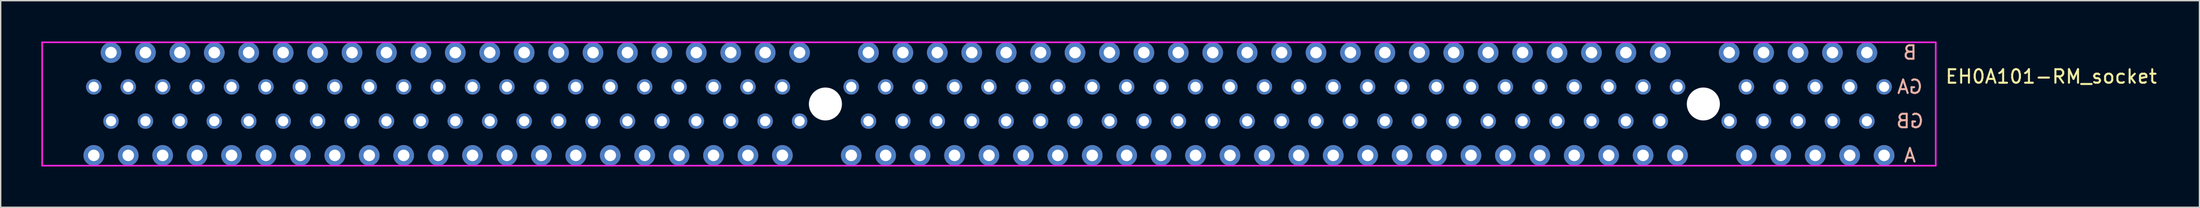
<source format=kicad_pcb>
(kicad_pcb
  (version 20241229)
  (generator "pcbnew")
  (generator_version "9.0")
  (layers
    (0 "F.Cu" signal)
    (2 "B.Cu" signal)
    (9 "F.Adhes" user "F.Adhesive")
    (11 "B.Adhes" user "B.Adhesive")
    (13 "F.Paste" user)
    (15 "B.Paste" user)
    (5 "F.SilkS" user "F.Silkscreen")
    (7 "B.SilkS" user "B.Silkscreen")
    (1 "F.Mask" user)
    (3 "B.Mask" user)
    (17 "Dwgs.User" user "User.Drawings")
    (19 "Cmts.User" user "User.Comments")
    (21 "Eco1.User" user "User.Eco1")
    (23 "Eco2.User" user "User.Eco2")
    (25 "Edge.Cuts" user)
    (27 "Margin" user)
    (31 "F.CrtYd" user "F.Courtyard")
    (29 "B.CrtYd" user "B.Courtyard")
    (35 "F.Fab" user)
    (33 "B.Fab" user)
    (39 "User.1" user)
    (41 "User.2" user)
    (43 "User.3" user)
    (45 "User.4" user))
  (footprint "EH0A101-RM_socket"
    (layer "F.Cu")
    (at 135.95 4.658)
    (property "Reference" "EH0A101-RM_socket" (at 4.445 -2.032 0) (layer "F.SilkS") (effects (font (size 1 1) (thickness 0.15)) (justify left)))
    (attr through_hole)
    (fp_line (start -135.89 -4.572) (end 3.81 -4.572) (stroke (width 0.12) (type solid)) (layer "F.CrtYd"))
    (fp_line (start -135.89 4.572) (end -135.89 -4.572) (stroke (width 0.12) (type solid)) (layer "F.CrtYd"))
    (fp_line (start 3.81 -4.572) (end 3.81 4.572) (stroke (width 0.12) (type solid)) (layer "F.CrtYd"))
    (fp_line (start 3.81 4.572) (end -135.89 4.572) (stroke (width 0.12) (type solid)) (layer "F.CrtYd"))
    (fp_text user "A" (at 1.905 3.81 0) (layer "B.SilkS") (effects (font (size 1 1) (thickness 0.15)) (justify mirror)))
    (fp_text user "GA" (at 1.905 -1.27 0) (layer "B.SilkS") (effects (font (size 1 1) (thickness 0.15)) (justify mirror)))
    (fp_text user "B" (at 1.905 -3.81 0) (layer "B.SilkS") (effects (font (size 1 1) (thickness 0.15)) (justify mirror)))
    (fp_text user "GB" (at 1.905 1.27 0) (layer "B.SilkS") (effects (font (size 1 1) (thickness 0.15)) (justify mirror)))
    (pad "" np_thru_hole circle (at -78.105 0) (size 2.44 2.44) (drill 2.44) (layers "*.Cu" "*.Mask"))
    (pad "" np_thru_hole circle (at -13.335 0) (size 2.44 2.44) (drill 2.44) (layers "*.Cu" "*.Mask"))
    (pad "A1" thru_hole circle (at 0 3.81) (size 1.524 1.524) (drill 0.85) (layers "*.Cu" "*.Mask"))
    (pad "A2" thru_hole circle (at -2.54 3.81) (size 1.524 1.524) (drill 0.85) (layers "*.Cu" "*.Mask"))
    (pad "A3" thru_hole circle (at -5.08 3.81) (size 1.524 1.524) (drill 0.85) (layers "*.Cu" "*.Mask"))
    (pad "A4" thru_hole circle (at -7.62 3.81) (size 1.524 1.524) (drill 0.85) (layers "*.Cu" "*.Mask"))
    (pad "A5" thru_hole circle (at -10.16 3.81) (size 1.524 1.524) (drill 0.85) (layers "*.Cu" "*.Mask"))
    (pad "A6" thru_hole circle (at -15.24 3.81) (size 1.524 1.524) (drill 0.85) (layers "*.Cu" "*.Mask"))
    (pad "A7" thru_hole circle (at -17.78 3.81) (size 1.524 1.524) (drill 0.85) (layers "*.Cu" "*.Mask"))
    (pad "A8" thru_hole circle (at -20.32 3.81) (size 1.524 1.524) (drill 0.85) (layers "*.Cu" "*.Mask"))
    (pad "A9" thru_hole circle (at -22.86 3.81) (size 1.524 1.524) (drill 0.85) (layers "*.Cu" "*.Mask"))
    (pad "A10" thru_hole circle (at -25.4 3.81) (size 1.524 1.524) (drill 0.85) (layers "*.Cu" "*.Mask"))
    (pad "A11" thru_hole circle (at -27.94 3.81) (size 1.524 1.524) (drill 0.85) (layers "*.Cu" "*.Mask"))
    (pad "A12" thru_hole circle (at -30.48 3.81) (size 1.524 1.524) (drill 0.85) (layers "*.Cu" "*.Mask"))
    (pad "A13" thru_hole circle (at -33.02 3.81) (size 1.524 1.524) (drill 0.85) (layers "*.Cu" "*.Mask"))
    (pad "A14" thru_hole circle (at -35.56 3.81) (size 1.524 1.524) (drill 0.85) (layers "*.Cu" "*.Mask"))
    (pad "A15" thru_hole circle (at -38.1 3.81) (size 1.524 1.524) (drill 0.85) (layers "*.Cu" "*.Mask"))
    (pad "A16" thru_hole circle (at -40.64 3.81) (size 1.524 1.524) (drill 0.85) (layers "*.Cu" "*.Mask"))
    (pad "A17" thru_hole circle (at -43.18 3.81) (size 1.524 1.524) (drill 0.85) (layers "*.Cu" "*.Mask"))
    (pad "A18" thru_hole circle (at -45.72 3.81) (size 1.524 1.524) (drill 0.85) (layers "*.Cu" "*.Mask"))
    (pad "A19" thru_hole circle (at -48.26 3.81) (size 1.524 1.524) (drill 0.85) (layers "*.Cu" "*.Mask"))
    (pad "A20" thru_hole circle (at -50.8 3.81) (size 1.524 1.524) (drill 0.85) (layers "*.Cu" "*.Mask"))
    (pad "A21" thru_hole circle (at -53.34 3.81) (size 1.524 1.524) (drill 0.85) (layers "*.Cu" "*.Mask"))
    (pad "A22" thru_hole circle (at -55.88 3.81) (size 1.524 1.524) (drill 0.85) (layers "*.Cu" "*.Mask"))
    (pad "A23" thru_hole circle (at -58.42 3.81) (size 1.524 1.524) (drill 0.85) (layers "*.Cu" "*.Mask"))
    (pad "A24" thru_hole circle (at -60.96 3.81) (size 1.524 1.524) (drill 0.85) (layers "*.Cu" "*.Mask"))
    (pad "A25" thru_hole circle (at -63.5 3.81) (size 1.524 1.524) (drill 0.85) (layers "*.Cu" "*.Mask"))
    (pad "A26" thru_hole circle (at -66.04 3.81) (size 1.524 1.524) (drill 0.85) (layers "*.Cu" "*.Mask"))
    (pad "A27" thru_hole circle (at -68.58 3.81) (size 1.524 1.524) (drill 0.85) (layers "*.Cu" "*.Mask"))
    (pad "A28" thru_hole circle (at -71.12 3.81) (size 1.524 1.524) (drill 0.85) (layers "*.Cu" "*.Mask"))
    (pad "A29" thru_hole circle (at -73.66 3.81) (size 1.524 1.524) (drill 0.85) (layers "*.Cu" "*.Mask"))
    (pad "A30" thru_hole circle (at -76.2 3.81) (size 1.524 1.524) (drill 0.85) (layers "*.Cu" "*.Mask"))
    (pad "A31" thru_hole circle (at -81.28 3.81) (size 1.524 1.524) (drill 0.85) (layers "*.Cu" "*.Mask"))
    (pad "A32" thru_hole circle (at -83.82 3.81) (size 1.524 1.524) (drill 0.85) (layers "*.Cu" "*.Mask"))
    (pad "A33" thru_hole circle (at -86.36 3.81) (size 1.524 1.524) (drill 0.85) (layers "*.Cu" "*.Mask"))
    (pad "A34" thru_hole circle (at -88.9 3.81) (size 1.524 1.524) (drill 0.85) (layers "*.Cu" "*.Mask"))
    (pad "A35" thru_hole circle (at -91.44 3.81) (size 1.524 1.524) (drill 0.85) (layers "*.Cu" "*.Mask"))
    (pad "A36" thru_hole circle (at -93.98 3.81) (size 1.524 1.524) (drill 0.85) (layers "*.Cu" "*.Mask"))
    (pad "A37" thru_hole circle (at -96.52 3.81) (size 1.524 1.524) (drill 0.85) (layers "*.Cu" "*.Mask"))
    (pad "A38" thru_hole circle (at -99.06 3.81) (size 1.524 1.524) (drill 0.85) (layers "*.Cu" "*.Mask"))
    (pad "A39" thru_hole circle (at -101.6 3.81) (size 1.524 1.524) (drill 0.85) (layers "*.Cu" "*.Mask"))
    (pad "A40" thru_hole circle (at -104.14 3.81) (size 1.524 1.524) (drill 0.85) (layers "*.Cu" "*.Mask"))
    (pad "A41" thru_hole circle (at -106.68 3.81) (size 1.524 1.524) (drill 0.85) (layers "*.Cu" "*.Mask"))
    (pad "A42" thru_hole circle (at -109.22 3.81) (size 1.524 1.524) (drill 0.85) (layers "*.Cu" "*.Mask"))
    (pad "A43" thru_hole circle (at -111.76 3.81) (size 1.524 1.524) (drill 0.85) (layers "*.Cu" "*.Mask"))
    (pad "A44" thru_hole circle (at -114.3 3.81) (size 1.524 1.524) (drill 0.85) (layers "*.Cu" "*.Mask"))
    (pad "A45" thru_hole circle (at -116.84 3.81) (size 1.524 1.524) (drill 0.85) (layers "*.Cu" "*.Mask"))
    (pad "A46" thru_hole circle (at -119.38 3.81) (size 1.524 1.524) (drill 0.85) (layers "*.Cu" "*.Mask"))
    (pad "A47" thru_hole circle (at -121.92 3.81) (size 1.524 1.524) (drill 0.85) (layers "*.Cu" "*.Mask"))
    (pad "A48" thru_hole circle (at -124.46 3.81) (size 1.524 1.524) (drill 0.85) (layers "*.Cu" "*.Mask"))
    (pad "A49" thru_hole circle (at -127 3.81) (size 1.524 1.524) (drill 0.85) (layers "*.Cu" "*.Mask"))
    (pad "A50" thru_hole circle (at -129.54 3.81) (size 1.524 1.524) (drill 0.85) (layers "*.Cu" "*.Mask"))
    (pad "A51" thru_hole circle (at -132.08 3.81) (size 1.524 1.524) (drill 0.85) (layers "*.Cu" "*.Mask"))
    (pad "B1" thru_hole circle (at -1.27 -3.81) (size 1.524 1.524) (drill 0.85) (layers "*.Cu" "*.Mask"))
    (pad "B2" thru_hole circle (at -3.81 -3.81) (size 1.524 1.524) (drill 0.85) (layers "*.Cu" "*.Mask"))
    (pad "B3" thru_hole circle (at -6.35 -3.81) (size 1.524 1.524) (drill 0.85) (layers "*.Cu" "*.Mask"))
    (pad "B4" thru_hole circle (at -8.89 -3.81) (size 1.524 1.524) (drill 0.85) (layers "*.Cu" "*.Mask"))
    (pad "B5" thru_hole circle (at -11.43 -3.81) (size 1.524 1.524) (drill 0.85) (layers "*.Cu" "*.Mask"))
    (pad "B6" thru_hole circle (at -16.51 -3.81) (size 1.524 1.524) (drill 0.85) (layers "*.Cu" "*.Mask"))
    (pad "B7" thru_hole circle (at -19.05 -3.81) (size 1.524 1.524) (drill 0.85) (layers "*.Cu" "*.Mask"))
    (pad "B8" thru_hole circle (at -21.59 -3.81) (size 1.524 1.524) (drill 0.85) (layers "*.Cu" "*.Mask"))
    (pad "B9" thru_hole circle (at -24.13 -3.81) (size 1.524 1.524) (drill 0.85) (layers "*.Cu" "*.Mask"))
    (pad "B10" thru_hole circle (at -26.67 -3.81) (size 1.524 1.524) (drill 0.85) (layers "*.Cu" "*.Mask"))
    (pad "B11" thru_hole circle (at -29.21 -3.81) (size 1.524 1.524) (drill 0.85) (layers "*.Cu" "*.Mask"))
    (pad "B12" thru_hole circle (at -31.75 -3.81) (size 1.524 1.524) (drill 0.85) (layers "*.Cu" "*.Mask"))
    (pad "B13" thru_hole circle (at -34.29 -3.81) (size 1.524 1.524) (drill 0.85) (layers "*.Cu" "*.Mask"))
    (pad "B14" thru_hole circle (at -36.83 -3.81) (size 1.524 1.524) (drill 0.85) (layers "*.Cu" "*.Mask"))
    (pad "B15" thru_hole circle (at -39.37 -3.81) (size 1.524 1.524) (drill 0.85) (layers "*.Cu" "*.Mask"))
    (pad "B16" thru_hole circle (at -41.91 -3.81) (size 1.524 1.524) (drill 0.85) (layers "*.Cu" "*.Mask"))
    (pad "B17" thru_hole circle (at -44.45 -3.81) (size 1.524 1.524) (drill 0.85) (layers "*.Cu" "*.Mask"))
    (pad "B18" thru_hole circle (at -46.99 -3.81) (size 1.524 1.524) (drill 0.85) (layers "*.Cu" "*.Mask"))
    (pad "B19" thru_hole circle (at -49.53 -3.81) (size 1.524 1.524) (drill 0.85) (layers "*.Cu" "*.Mask"))
    (pad "B20" thru_hole circle (at -52.07 -3.81) (size 1.524 1.524) (drill 0.85) (layers "*.Cu" "*.Mask"))
    (pad "B21" thru_hole circle (at -54.61 -3.81) (size 1.524 1.524) (drill 0.85) (layers "*.Cu" "*.Mask"))
    (pad "B22" thru_hole circle (at -57.15 -3.81) (size 1.524 1.524) (drill 0.85) (layers "*.Cu" "*.Mask"))
    (pad "B23" thru_hole circle (at -59.69 -3.81) (size 1.524 1.524) (drill 0.85) (layers "*.Cu" "*.Mask"))
    (pad "B24" thru_hole circle (at -62.23 -3.81) (size 1.524 1.524) (drill 0.85) (layers "*.Cu" "*.Mask"))
    (pad "B25" thru_hole circle (at -64.77 -3.81) (size 1.524 1.524) (drill 0.85) (layers "*.Cu" "*.Mask"))
    (pad "B26" thru_hole circle (at -67.31 -3.81) (size 1.524 1.524) (drill 0.85) (layers "*.Cu" "*.Mask"))
    (pad "B27" thru_hole circle (at -69.85 -3.81) (size 1.524 1.524) (drill 0.85) (layers "*.Cu" "*.Mask"))
    (pad "B28" thru_hole circle (at -72.39 -3.81) (size 1.524 1.524) (drill 0.85) (layers "*.Cu" "*.Mask"))
    (pad "B29" thru_hole circle (at -74.93 -3.81) (size 1.524 1.524) (drill 0.85) (layers "*.Cu" "*.Mask"))
    (pad "B30" thru_hole circle (at -80.01 -3.81) (size 1.524 1.524) (drill 0.85) (layers "*.Cu" "*.Mask"))
    (pad "B31" thru_hole circle (at -82.55 -3.81) (size 1.524 1.524) (drill 0.85) (layers "*.Cu" "*.Mask"))
    (pad "B32" thru_hole circle (at -85.09 -3.81) (size 1.524 1.524) (drill 0.85) (layers "*.Cu" "*.Mask"))
    (pad "B33" thru_hole circle (at -87.63 -3.81) (size 1.524 1.524) (drill 0.85) (layers "*.Cu" "*.Mask"))
    (pad "B34" thru_hole circle (at -90.17 -3.81) (size 1.524 1.524) (drill 0.85) (layers "*.Cu" "*.Mask"))
    (pad "B35" thru_hole circle (at -92.71 -3.81) (size 1.524 1.524) (drill 0.85) (layers "*.Cu" "*.Mask"))
    (pad "B36" thru_hole circle (at -95.25 -3.81) (size 1.524 1.524) (drill 0.85) (layers "*.Cu" "*.Mask"))
    (pad "B37" thru_hole circle (at -97.79 -3.81) (size 1.524 1.524) (drill 0.85) (layers "*.Cu" "*.Mask"))
    (pad "B38" thru_hole circle (at -100.33 -3.81) (size 1.524 1.524) (drill 0.85) (layers "*.Cu" "*.Mask"))
    (pad "B39" thru_hole circle (at -102.87 -3.81) (size 1.524 1.524) (drill 0.85) (layers "*.Cu" "*.Mask"))
    (pad "B40" thru_hole circle (at -105.41 -3.81) (size 1.524 1.524) (drill 0.85) (layers "*.Cu" "*.Mask"))
    (pad "B41" thru_hole circle (at -107.95 -3.81) (size 1.524 1.524) (drill 0.85) (layers "*.Cu" "*.Mask"))
    (pad "B42" thru_hole circle (at -110.49 -3.81) (size 1.524 1.524) (drill 0.85) (layers "*.Cu" "*.Mask"))
    (pad "B43" thru_hole circle (at -113.03 -3.81) (size 1.524 1.524) (drill 0.85) (layers "*.Cu" "*.Mask"))
    (pad "B44" thru_hole circle (at -115.57 -3.81) (size 1.524 1.524) (drill 0.85) (layers "*.Cu" "*.Mask"))
    (pad "B45" thru_hole circle (at -118.11 -3.81) (size 1.524 1.524) (drill 0.85) (layers "*.Cu" "*.Mask"))
    (pad "B46" thru_hole circle (at -120.65 -3.81) (size 1.524 1.524) (drill 0.85) (layers "*.Cu" "*.Mask"))
    (pad "B47" thru_hole circle (at -123.19 -3.81) (size 1.524 1.524) (drill 0.85) (layers "*.Cu" "*.Mask"))
    (pad "B48" thru_hole circle (at -125.73 -3.81) (size 1.524 1.524) (drill 0.85) (layers "*.Cu" "*.Mask"))
    (pad "B49" thru_hole circle (at -128.27 -3.81) (size 1.524 1.524) (drill 0.85) (layers "*.Cu" "*.Mask"))
    (pad "B50" thru_hole circle (at -130.81 -3.81) (size 1.524 1.524) (drill 0.85) (layers "*.Cu" "*.Mask"))
    (pad "GA1" thru_hole circle (at 0 -1.27) (size 1.143 1.143) (drill 0.75) (layers "*.Cu" "*.Mask"))
    (pad "GA2" thru_hole circle (at -2.54 -1.27) (size 1.143 1.143) (drill 0.75) (layers "*.Cu" "*.Mask"))
    (pad "GA3" thru_hole circle (at -5.08 -1.27) (size 1.143 1.143) (drill 0.75) (layers "*.Cu" "*.Mask"))
    (pad "GA4" thru_hole circle (at -7.62 -1.27) (size 1.143 1.143) (drill 0.75) (layers "*.Cu" "*.Mask"))
    (pad "GA5" thru_hole circle (at -10.16 -1.27) (size 1.143 1.143) (drill 0.75) (layers "*.Cu" "*.Mask"))
    (pad "GA6" thru_hole circle (at -15.24 -1.27) (size 1.143 1.143) (drill 0.75) (layers "*.Cu" "*.Mask"))
    (pad "GA7" thru_hole circle (at -17.78 -1.27) (size 1.143 1.143) (drill 0.75) (layers "*.Cu" "*.Mask"))
    (pad "GA8" thru_hole circle (at -20.32 -1.27) (size 1.143 1.143) (drill 0.75) (layers "*.Cu" "*.Mask"))
    (pad "GA9" thru_hole circle (at -22.86 -1.27) (size 1.143 1.143) (drill 0.75) (layers "*.Cu" "*.Mask"))
    (pad "GA10" thru_hole circle (at -25.4 -1.27) (size 1.143 1.143) (drill 0.75) (layers "*.Cu" "*.Mask"))
    (pad "GA11" thru_hole circle (at -27.94 -1.27) (size 1.143 1.143) (drill 0.75) (layers "*.Cu" "*.Mask"))
    (pad "GA12" thru_hole circle (at -30.48 -1.27) (size 1.143 1.143) (drill 0.75) (layers "*.Cu" "*.Mask"))
    (pad "GA13" thru_hole circle (at -33.02 -1.27) (size 1.143 1.143) (drill 0.75) (layers "*.Cu" "*.Mask"))
    (pad "GA14" thru_hole circle (at -35.56 -1.27) (size 1.143 1.143) (drill 0.75) (layers "*.Cu" "*.Mask"))
    (pad "GA15" thru_hole circle (at -38.1 -1.27) (size 1.143 1.143) (drill 0.75) (layers "*.Cu" "*.Mask"))
    (pad "GA16" thru_hole circle (at -40.64 -1.27) (size 1.143 1.143) (drill 0.75) (layers "*.Cu" "*.Mask"))
    (pad "GA17" thru_hole circle (at -43.18 -1.27) (size 1.143 1.143) (drill 0.75) (layers "*.Cu" "*.Mask"))
    (pad "GA18" thru_hole circle (at -45.72 -1.27) (size 1.143 1.143) (drill 0.75) (layers "*.Cu" "*.Mask"))
    (pad "GA19" thru_hole circle (at -48.26 -1.27) (size 1.143 1.143) (drill 0.75) (layers "*.Cu" "*.Mask"))
    (pad "GA20" thru_hole circle (at -50.8 -1.27) (size 1.143 1.143) (drill 0.75) (layers "*.Cu" "*.Mask"))
    (pad "GA21" thru_hole circle (at -53.34 -1.27) (size 1.143 1.143) (drill 0.75) (layers "*.Cu" "*.Mask"))
    (pad "GA22" thru_hole circle (at -55.88 -1.27) (size 1.143 1.143) (drill 0.75) (layers "*.Cu" "*.Mask"))
    (pad "GA23" thru_hole circle (at -58.42 -1.27) (size 1.143 1.143) (drill 0.75) (layers "*.Cu" "*.Mask"))
    (pad "GA24" thru_hole circle (at -60.96 -1.27) (size 1.143 1.143) (drill 0.75) (layers "*.Cu" "*.Mask"))
    (pad "GA25" thru_hole circle (at -63.5 -1.27) (size 1.143 1.143) (drill 0.75) (layers "*.Cu" "*.Mask"))
    (pad "GA26" thru_hole circle (at -66.04 -1.27) (size 1.143 1.143) (drill 0.75) (layers "*.Cu" "*.Mask"))
    (pad "GA27" thru_hole circle (at -68.58 -1.27) (size 1.143 1.143) (drill 0.75) (layers "*.Cu" "*.Mask"))
    (pad "GA28" thru_hole circle (at -71.12 -1.27) (size 1.143 1.143) (drill 0.75) (layers "*.Cu" "*.Mask"))
    (pad "GA29" thru_hole circle (at -73.66 -1.27) (size 1.143 1.143) (drill 0.75) (layers "*.Cu" "*.Mask"))
    (pad "GA30" thru_hole circle (at -76.2 -1.27) (size 1.143 1.143) (drill 0.75) (layers "*.Cu" "*.Mask"))
    (pad "GA31" thru_hole circle (at -81.28 -1.27) (size 1.143 1.143) (drill 0.75) (layers "*.Cu" "*.Mask"))
    (pad "GA32" thru_hole circle (at -83.82 -1.27) (size 1.143 1.143) (drill 0.75) (layers "*.Cu" "*.Mask"))
    (pad "GA33" thru_hole circle (at -86.36 -1.27) (size 1.143 1.143) (drill 0.75) (layers "*.Cu" "*.Mask"))
    (pad "GA34" thru_hole circle (at -88.9 -1.27) (size 1.143 1.143) (drill 0.75) (layers "*.Cu" "*.Mask"))
    (pad "GA35" thru_hole circle (at -91.44 -1.27) (size 1.143 1.143) (drill 0.75) (layers "*.Cu" "*.Mask"))
    (pad "GA36" thru_hole circle (at -93.98 -1.27) (size 1.143 1.143) (drill 0.75) (layers "*.Cu" "*.Mask"))
    (pad "GA37" thru_hole circle (at -96.52 -1.27) (size 1.143 1.143) (drill 0.75) (layers "*.Cu" "*.Mask"))
    (pad "GA38" thru_hole circle (at -99.06 -1.27) (size 1.143 1.143) (drill 0.75) (layers "*.Cu" "*.Mask"))
    (pad "GA39" thru_hole circle (at -101.6 -1.27) (size 1.143 1.143) (drill 0.75) (layers "*.Cu" "*.Mask"))
    (pad "GA40" thru_hole circle (at -104.14 -1.27) (size 1.143 1.143) (drill 0.75) (layers "*.Cu" "*.Mask"))
    (pad "GA41" thru_hole circle (at -106.68 -1.27) (size 1.143 1.143) (drill 0.75) (layers "*.Cu" "*.Mask"))
    (pad "GA42" thru_hole circle (at -109.22 -1.27) (size 1.143 1.143) (drill 0.75) (layers "*.Cu" "*.Mask"))
    (pad "GA43" thru_hole circle (at -111.76 -1.27) (size 1.143 1.143) (drill 0.75) (layers "*.Cu" "*.Mask"))
    (pad "GA44" thru_hole circle (at -114.3 -1.27) (size 1.143 1.143) (drill 0.75) (layers "*.Cu" "*.Mask"))
    (pad "GA45" thru_hole circle (at -116.84 -1.27) (size 1.143 1.143) (drill 0.75) (layers "*.Cu" "*.Mask"))
    (pad "GA46" thru_hole circle (at -119.38 -1.27) (size 1.143 1.143) (drill 0.75) (layers "*.Cu" "*.Mask"))
    (pad "GA47" thru_hole circle (at -121.92 -1.27) (size 1.143 1.143) (drill 0.75) (layers "*.Cu" "*.Mask"))
    (pad "GA48" thru_hole circle (at -124.46 -1.27) (size 1.143 1.143) (drill 0.75) (layers "*.Cu" "*.Mask"))
    (pad "GA49" thru_hole circle (at -127 -1.27) (size 1.143 1.143) (drill 0.75) (layers "*.Cu" "*.Mask"))
    (pad "GA50" thru_hole circle (at -129.54 -1.27) (size 1.143 1.143) (drill 0.75) (layers "*.Cu" "*.Mask"))
    (pad "GA51" thru_hole circle (at -132.08 -1.27) (size 1.143 1.143) (drill 0.75) (layers "*.Cu" "*.Mask"))
    (pad "GB1" thru_hole circle (at -1.27 1.27) (size 1.143 1.143) (drill 0.75) (layers "*.Cu" "*.Mask"))
    (pad "GB2" thru_hole circle (at -3.81 1.27) (size 1.143 1.143) (drill 0.75) (layers "*.Cu" "*.Mask"))
    (pad "GB3" thru_hole circle (at -6.35 1.27) (size 1.143 1.143) (drill 0.75) (layers "*.Cu" "*.Mask"))
    (pad "GB4" thru_hole circle (at -8.89 1.27) (size 1.143 1.143) (drill 0.75) (layers "*.Cu" "*.Mask"))
    (pad "GB5" thru_hole circle (at -11.43 1.27) (size 1.143 1.143) (drill 0.75) (layers "*.Cu" "*.Mask"))
    (pad "GB6" thru_hole circle (at -16.51 1.27) (size 1.143 1.143) (drill 0.75) (layers "*.Cu" "*.Mask"))
    (pad "GB7" thru_hole circle (at -19.05 1.27) (size 1.143 1.143) (drill 0.75) (layers "*.Cu" "*.Mask"))
    (pad "GB8" thru_hole circle (at -21.59 1.27) (size 1.143 1.143) (drill 0.75) (layers "*.Cu" "*.Mask"))
    (pad "GB9" thru_hole circle (at -24.13 1.27) (size 1.143 1.143) (drill 0.75) (layers "*.Cu" "*.Mask"))
    (pad "GB10" thru_hole circle (at -26.67 1.27) (size 1.143 1.143) (drill 0.75) (layers "*.Cu" "*.Mask"))
    (pad "GB11" thru_hole circle (at -29.21 1.27) (size 1.143 1.143) (drill 0.75) (layers "*.Cu" "*.Mask"))
    (pad "GB12" thru_hole circle (at -31.75 1.27) (size 1.143 1.143) (drill 0.75) (layers "*.Cu" "*.Mask"))
    (pad "GB13" thru_hole circle (at -34.29 1.27) (size 1.143 1.143) (drill 0.75) (layers "*.Cu" "*.Mask"))
    (pad "GB14" thru_hole circle (at -36.83 1.27) (size 1.143 1.143) (drill 0.75) (layers "*.Cu" "*.Mask"))
    (pad "GB15" thru_hole circle (at -39.37 1.27) (size 1.143 1.143) (drill 0.75) (layers "*.Cu" "*.Mask"))
    (pad "GB16" thru_hole circle (at -41.91 1.27) (size 1.143 1.143) (drill 0.75) (layers "*.Cu" "*.Mask"))
    (pad "GB17" thru_hole circle (at -44.45 1.27) (size 1.143 1.143) (drill 0.75) (layers "*.Cu" "*.Mask"))
    (pad "GB18" thru_hole circle (at -46.99 1.27) (size 1.143 1.143) (drill 0.75) (layers "*.Cu" "*.Mask"))
    (pad "GB19" thru_hole circle (at -49.53 1.27) (size 1.143 1.143) (drill 0.75) (layers "*.Cu" "*.Mask"))
    (pad "GB20" thru_hole circle (at -52.07 1.27) (size 1.143 1.143) (drill 0.75) (layers "*.Cu" "*.Mask"))
    (pad "GB21" thru_hole circle (at -54.61 1.27) (size 1.143 1.143) (drill 0.75) (layers "*.Cu" "*.Mask"))
    (pad "GB22" thru_hole circle (at -57.15 1.27) (size 1.143 1.143) (drill 0.75) (layers "*.Cu" "*.Mask"))
    (pad "GB23" thru_hole circle (at -59.69 1.27) (size 1.143 1.143) (drill 0.75) (layers "*.Cu" "*.Mask"))
    (pad "GB24" thru_hole circle (at -62.23 1.27) (size 1.143 1.143) (drill 0.75) (layers "*.Cu" "*.Mask"))
    (pad "GB25" thru_hole circle (at -64.77 1.27) (size 1.143 1.143) (drill 0.75) (layers "*.Cu" "*.Mask"))
    (pad "GB26" thru_hole circle (at -67.31 1.27) (size 1.143 1.143) (drill 0.75) (layers "*.Cu" "*.Mask"))
    (pad "GB27" thru_hole circle (at -69.85 1.27) (size 1.143 1.143) (drill 0.75) (layers "*.Cu" "*.Mask"))
    (pad "GB28" thru_hole circle (at -72.39 1.27) (size 1.143 1.143) (drill 0.75) (layers "*.Cu" "*.Mask"))
    (pad "GB29" thru_hole circle (at -74.93 1.27) (size 1.143 1.143) (drill 0.75) (layers "*.Cu" "*.Mask"))
    (pad "GB30" thru_hole circle (at -80.01 1.27) (size 1.143 1.143) (drill 0.75) (layers "*.Cu" "*.Mask"))
    (pad "GB31" thru_hole circle (at -82.55 1.27) (size 1.143 1.143) (drill 0.75) (layers "*.Cu" "*.Mask"))
    (pad "GB32" thru_hole circle (at -85.09 1.27) (size 1.143 1.143) (drill 0.75) (layers "*.Cu" "*.Mask"))
    (pad "GB33" thru_hole circle (at -87.63 1.27) (size 1.143 1.143) (drill 0.75) (layers "*.Cu" "*.Mask"))
    (pad "GB34" thru_hole circle (at -90.17 1.27) (size 1.143 1.143) (drill 0.75) (layers "*.Cu" "*.Mask"))
    (pad "GB35" thru_hole circle (at -92.71 1.27) (size 1.143 1.143) (drill 0.75) (layers "*.Cu" "*.Mask"))
    (pad "GB36" thru_hole circle (at -95.25 1.27) (size 1.143 1.143) (drill 0.75) (layers "*.Cu" "*.Mask"))
    (pad "GB37" thru_hole circle (at -97.79 1.27) (size 1.143 1.143) (drill 0.75) (layers "*.Cu" "*.Mask"))
    (pad "GB38" thru_hole circle (at -100.33 1.27) (size 1.143 1.143) (drill 0.75) (layers "*.Cu" "*.Mask"))
    (pad "GB39" thru_hole circle (at -102.87 1.27) (size 1.143 1.143) (drill 0.75) (layers "*.Cu" "*.Mask"))
    (pad "GB40" thru_hole circle (at -105.41 1.27) (size 1.143 1.143) (drill 0.75) (layers "*.Cu" "*.Mask"))
    (pad "GB41" thru_hole circle (at -107.95 1.27) (size 1.143 1.143) (drill 0.75) (layers "*.Cu" "*.Mask"))
    (pad "GB42" thru_hole circle (at -110.49 1.27) (size 1.143 1.143) (drill 0.75) (layers "*.Cu" "*.Mask"))
    (pad "GB43" thru_hole circle (at -113.03 1.27) (size 1.143 1.143) (drill 0.75) (layers "*.Cu" "*.Mask"))
    (pad "GB44" thru_hole circle (at -115.57 1.27) (size 1.143 1.143) (drill 0.75) (layers "*.Cu" "*.Mask"))
    (pad "GB45" thru_hole circle (at -118.11 1.27) (size 1.143 1.143) (drill 0.75) (layers "*.Cu" "*.Mask"))
    (pad "GB46" thru_hole circle (at -120.65 1.27) (size 1.143 1.143) (drill 0.75) (layers "*.Cu" "*.Mask"))
    (pad "GB47" thru_hole circle (at -123.19 1.27) (size 1.143 1.143) (drill 0.75) (layers "*.Cu" "*.Mask"))
    (pad "GB48" thru_hole circle (at -125.73 1.27) (size 1.143 1.143) (drill 0.75) (layers "*.Cu" "*.Mask"))
    (pad "GB49" thru_hole circle (at -128.27 1.27) (size 1.143 1.143) (drill 0.75) (layers "*.Cu" "*.Mask"))
    (pad "GB50" thru_hole circle (at -130.81 1.27) (size 1.143 1.143) (drill 0.75) (layers "*.Cu" "*.Mask")))
  (gr_rect
    (start -3 -3)
    (end 159.216 12.316)
    (stroke (width 0.1) (type default))
    (fill no)
    (layer "Edge.Cuts")))
</source>
